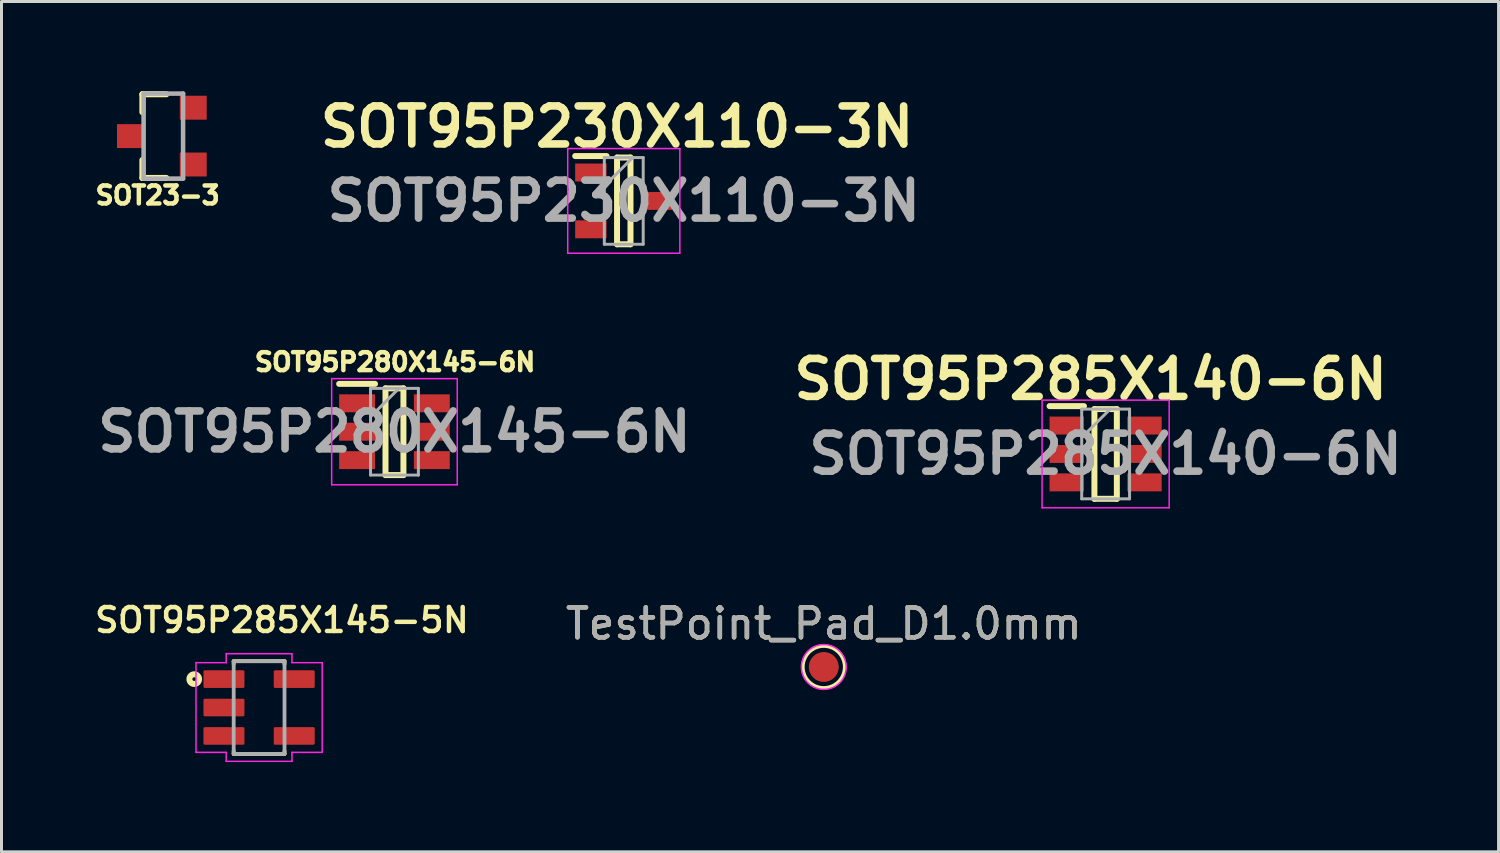
<source format=kicad_pcb>
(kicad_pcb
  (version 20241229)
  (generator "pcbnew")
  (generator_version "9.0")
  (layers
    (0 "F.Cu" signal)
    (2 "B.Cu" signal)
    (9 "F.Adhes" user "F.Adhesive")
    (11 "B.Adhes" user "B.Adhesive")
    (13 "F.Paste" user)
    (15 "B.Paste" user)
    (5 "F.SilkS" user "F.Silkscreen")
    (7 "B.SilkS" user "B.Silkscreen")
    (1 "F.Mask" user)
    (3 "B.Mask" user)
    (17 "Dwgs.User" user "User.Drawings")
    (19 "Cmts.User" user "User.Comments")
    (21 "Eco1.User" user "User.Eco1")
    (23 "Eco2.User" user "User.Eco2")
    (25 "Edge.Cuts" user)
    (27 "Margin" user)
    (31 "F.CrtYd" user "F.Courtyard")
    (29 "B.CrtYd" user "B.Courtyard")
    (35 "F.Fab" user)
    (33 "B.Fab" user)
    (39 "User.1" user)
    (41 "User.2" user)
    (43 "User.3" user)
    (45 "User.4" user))
  (footprint "SOT95P285X145-5N"
    (layer "F.Cu")
    (at 5.615 20.612)
    (property "Reference" "SOT95P285X145-5N" (at 0.763 -2.923 0) (layer "F.SilkS") (effects (font (size 0.801 0.801) (thickness 0.15))))
    (attr smd)
    (fp_line (start -0.85 -1.55) (end -0.85 -1.45) (stroke (width 0.127) (type solid)) (layer "F.SilkS"))
    (fp_line (start -0.85 1.55) (end -0.85 1.45) (stroke (width 0.127) (type solid)) (layer "F.SilkS"))
    (fp_line (start 0.85 -1.55) (end -0.85 -1.55) (stroke (width 0.127) (type solid)) (layer "F.SilkS"))
    (fp_line (start 0.85 -1.55) (end 0.85 -1.45) (stroke (width 0.127) (type solid)) (layer "F.SilkS"))
    (fp_line (start 0.85 1.55) (end -0.85 1.55) (stroke (width 0.127) (type solid)) (layer "F.SilkS"))
    (fp_line (start 0.85 1.55) (end 0.85 1.45) (stroke (width 0.127) (type solid)) (layer "F.SilkS"))
    (fp_circle (center -2.169 -0.95) (end -2.107 -0.95) (stroke (width 0.2) (type solid)) (fill no) (layer "F.SilkS"))
    (fp_line (start -2.11 -1.5) (end -2.11 1.5) (stroke (width 0.05) (type solid)) (layer "F.CrtYd"))
    (fp_line (start -2.11 1.5) (end -1.1 1.5) (stroke (width 0.05) (type solid)) (layer "F.CrtYd"))
    (fp_line (start -1.1 -1.8) (end -1.1 -1.5) (stroke (width 0.05) (type solid)) (layer "F.CrtYd"))
    (fp_line (start -1.1 -1.5) (end -2.11 -1.5) (stroke (width 0.05) (type solid)) (layer "F.CrtYd"))
    (fp_line (start -1.1 1.5) (end -1.1 1.8) (stroke (width 0.05) (type solid)) (layer "F.CrtYd"))
    (fp_line (start -1.1 1.8) (end 1.1 1.8) (stroke (width 0.05) (type solid)) (layer "F.CrtYd"))
    (fp_line (start 1.1 -1.8) (end -1.1 -1.8) (stroke (width 0.05) (type solid)) (layer "F.CrtYd"))
    (fp_line (start 1.1 -1.5) (end 1.1 -1.8) (stroke (width 0.05) (type solid)) (layer "F.CrtYd"))
    (fp_line (start 1.1 1.5) (end 2.11 1.5) (stroke (width 0.05) (type solid)) (layer "F.CrtYd"))
    (fp_line (start 1.1 1.8) (end 1.1 1.5) (stroke (width 0.05) (type solid)) (layer "F.CrtYd"))
    (fp_line (start 2.11 -1.5) (end 1.1 -1.5) (stroke (width 0.05) (type solid)) (layer "F.CrtYd"))
    (fp_line (start 2.11 1.5) (end 2.11 -1.5) (stroke (width 0.05) (type solid)) (layer "F.CrtYd"))
    (fp_line (start -0.85 -1.55) (end 0.85 -1.55) (stroke (width 0.127) (type solid)) (layer "F.Fab"))
    (fp_line (start -0.85 1.55) (end -0.85 -1.55) (stroke (width 0.127) (type solid)) (layer "F.Fab"))
    (fp_line (start 0.85 -1.55) (end 0.85 1.55) (stroke (width 0.127) (type solid)) (layer "F.Fab"))
    (fp_line (start 0.85 1.55) (end -0.85 1.55) (stroke (width 0.127) (type solid)) (layer "F.Fab"))
    (pad "1" smd roundrect (at -1.175 -0.95) (size 1.37 0.59) (layers "F.Cu" "F.Mask" "F.Paste") (roundrect_rratio 0.075))
    (pad "2" smd roundrect (at -1.175 0) (size 1.37 0.59) (layers "F.Cu" "F.Mask" "F.Paste") (roundrect_rratio 0.075))
    (pad "3" smd roundrect (at -1.175 0.95) (size 1.37 0.59) (layers "F.Cu" "F.Mask" "F.Paste") (roundrect_rratio 0.075))
    (pad "4" smd roundrect (at 1.175 0.95) (size 1.37 0.59) (layers "F.Cu" "F.Mask" "F.Paste") (roundrect_rratio 0.075))
    (pad "5" smd roundrect (at 1.175 -0.95) (size 1.37 0.59) (layers "F.Cu" "F.Mask" "F.Paste") (roundrect_rratio 0.075)))
  (footprint "SOT23-3"
    (layer "F.Cu")
    (at 2.413 1.502)
    (property "Reference" "SOT23-3" (at -0.191 1.981 0) (layer "F.SilkS") (effects (font (size 0.6 0.6) (thickness 0.15))))
    (attr smd)
    (fp_line (start -0.7 -1.4) (end 0.1 -1.4) (stroke (width 0.203) (type solid)) (layer "F.SilkS"))
    (fp_line (start -0.7 -0.8) (end -0.7 -1.4) (stroke (width 0.203) (type solid)) (layer "F.SilkS"))
    (fp_line (start -0.7 0.8) (end -0.7 1.4) (stroke (width 0.203) (type solid)) (layer "F.SilkS"))
    (fp_line (start -0.7 1.4) (end 0.1 1.4) (stroke (width 0.203) (type solid)) (layer "F.SilkS"))
    (fp_line (start -0.66 -1.422) (end 0.66 -1.422) (stroke (width 0.152) (type solid)) (layer "F.Fab"))
    (fp_line (start -0.66 1.422) (end -0.66 -1.422) (stroke (width 0.152) (type solid)) (layer "F.Fab"))
    (fp_line (start 0.66 -1.422) (end 0.66 1.422) (stroke (width 0.152) (type solid)) (layer "F.Fab"))
    (fp_line (start 0.66 1.422) (end -0.66 1.422) (stroke (width 0.152) (type solid)) (layer "F.Fab"))
    (pad "1" smd rect (at 1 0.95) (size 0.9 0.8) (layers "F.Cu" "F.Mask" "F.Paste"))
    (pad "2" smd rect (at 1 -0.95) (size 0.9 0.8) (layers "F.Cu" "F.Mask" "F.Paste"))
    (pad "3" smd rect (at -1.1 0) (size 0.9 0.8) (layers "F.Cu" "F.Mask" "F.Paste")))
  (footprint "SOT95P285X140-6N"
    (layer "F.Cu")
    (at 33.926 12.132)
    (property "Reference" "SOT95P285X140-6N" (at -0.5 -2.5 0) (layer "F.SilkS") (effects (font (size 1.27 1.27) (thickness 0.254))))
    (attr smd)
    (fp_line (start -1.875 -1.6) (end -0.725 -1.6) (stroke (width 0.2) (type solid)) (layer "F.SilkS"))
    (fp_line (start -0.375 -1.5) (end 0.375 -1.5) (stroke (width 0.2) (type solid)) (layer "F.SilkS"))
    (fp_line (start -0.375 1.5) (end -0.375 -1.5) (stroke (width 0.2) (type solid)) (layer "F.SilkS"))
    (fp_line (start 0.375 -1.5) (end 0.375 1.5) (stroke (width 0.2) (type solid)) (layer "F.SilkS"))
    (fp_line (start 0.375 1.5) (end -0.375 1.5) (stroke (width 0.2) (type solid)) (layer "F.SilkS"))
    (fp_line (start -2.125 -1.8) (end 2.125 -1.8) (stroke (width 0.05) (type solid)) (layer "F.CrtYd"))
    (fp_line (start -2.125 1.8) (end -2.125 -1.8) (stroke (width 0.05) (type solid)) (layer "F.CrtYd"))
    (fp_line (start 2.125 -1.8) (end 2.125 1.8) (stroke (width 0.05) (type solid)) (layer "F.CrtYd"))
    (fp_line (start 2.125 1.8) (end -2.125 1.8) (stroke (width 0.05) (type solid)) (layer "F.CrtYd"))
    (fp_line (start -0.8 -1.5) (end 0.8 -1.5) (stroke (width 0.1) (type solid)) (layer "F.Fab"))
    (fp_line (start -0.8 -0.55) (end 0.15 -1.5) (stroke (width 0.1) (type solid)) (layer "F.Fab"))
    (fp_line (start -0.8 1.5) (end -0.8 -1.5) (stroke (width 0.1) (type solid)) (layer "F.Fab"))
    (fp_line (start 0.8 -1.5) (end 0.8 1.5) (stroke (width 0.1) (type solid)) (layer "F.Fab"))
    (fp_line (start 0.8 1.5) (end -0.8 1.5) (stroke (width 0.1) (type solid)) (layer "F.Fab"))
    (fp_text user "${REFERENCE}" (at 0 0 0) (layer "F.Fab") (effects (font (size 1.27 1.27) (thickness 0.254))))
    (pad "1" smd rect (at -1.3 -0.95 90) (size 0.6 1.15) (layers "F.Cu" "F.Mask" "F.Paste"))
    (pad "2" smd rect (at -1.3 0 90) (size 0.6 1.15) (layers "F.Cu" "F.Mask" "F.Paste"))
    (pad "3" smd rect (at -1.3 0.95 90) (size 0.6 1.15) (layers "F.Cu" "F.Mask" "F.Paste"))
    (pad "4" smd rect (at 1.3 0.95 90) (size 0.6 1.15) (layers "F.Cu" "F.Mask" "F.Paste"))
    (pad "5" smd rect (at 1.3 0 90) (size 0.6 1.15) (layers "F.Cu" "F.Mask" "F.Paste"))
    (pad "6" smd rect (at 1.3 -0.95 90) (size 0.6 1.15) (layers "F.Cu" "F.Mask" "F.Paste")))
  (footprint "SOT95P280X145-6N"
    (layer "F.Cu")
    (at 10.142 11.388)
    (property "Reference" "SOT95P280X145-6N" (at 0.02 -2.33 0) (layer "F.SilkS") (effects (font (size 0.6 0.6) (thickness 0.15))))
    (attr smd)
    (fp_line (start -1.85 -1.6) (end -0.65 -1.6) (stroke (width 0.2) (type solid)) (layer "F.SilkS"))
    (fp_line (start -0.3 -1.45) (end 0.3 -1.45) (stroke (width 0.2) (type solid)) (layer "F.SilkS"))
    (fp_line (start -0.3 1.45) (end -0.3 -1.45) (stroke (width 0.2) (type solid)) (layer "F.SilkS"))
    (fp_line (start 0.3 -1.45) (end 0.3 1.45) (stroke (width 0.2) (type solid)) (layer "F.SilkS"))
    (fp_line (start 0.3 1.45) (end -0.3 1.45) (stroke (width 0.2) (type solid)) (layer "F.SilkS"))
    (fp_line (start -2.1 -1.775) (end 2.1 -1.775) (stroke (width 0.05) (type solid)) (layer "F.CrtYd"))
    (fp_line (start -2.1 1.775) (end -2.1 -1.775) (stroke (width 0.05) (type solid)) (layer "F.CrtYd"))
    (fp_line (start 2.1 -1.775) (end 2.1 1.775) (stroke (width 0.05) (type solid)) (layer "F.CrtYd"))
    (fp_line (start 2.1 1.775) (end -2.1 1.775) (stroke (width 0.05) (type solid)) (layer "F.CrtYd"))
    (fp_line (start -0.8 -1.45) (end 0.8 -1.45) (stroke (width 0.1) (type solid)) (layer "F.Fab"))
    (fp_line (start -0.8 -0.5) (end 0.15 -1.45) (stroke (width 0.1) (type solid)) (layer "F.Fab"))
    (fp_line (start -0.8 1.45) (end -0.8 -1.45) (stroke (width 0.1) (type solid)) (layer "F.Fab"))
    (fp_line (start 0.8 -1.45) (end 0.8 1.45) (stroke (width 0.1) (type solid)) (layer "F.Fab"))
    (fp_line (start 0.8 1.45) (end -0.8 1.45) (stroke (width 0.1) (type solid)) (layer "F.Fab"))
    (fp_text user "${REFERENCE}" (at 0 0 0) (layer "F.Fab") (effects (font (size 1.27 1.27) (thickness 0.254))))
    (pad "1" smd rect (at -1.25 -0.95 90) (size 0.6 1.2) (layers "F.Cu" "F.Mask" "F.Paste"))
    (pad "2" smd rect (at -1.25 0 90) (size 0.6 1.2) (layers "F.Cu" "F.Mask" "F.Paste"))
    (pad "3" smd rect (at -1.25 0.95 90) (size 0.6 1.2) (layers "F.Cu" "F.Mask" "F.Paste"))
    (pad "4" smd rect (at 1.25 0.95 90) (size 0.6 1.2) (layers "F.Cu" "F.Mask" "F.Paste"))
    (pad "5" smd rect (at 1.25 0 90) (size 0.6 1.2) (layers "F.Cu" "F.Mask" "F.Paste"))
    (pad "6" smd rect (at 1.25 -0.95 90) (size 0.6 1.2) (layers "F.Cu" "F.Mask" "F.Paste")))
  (footprint "TestPoint_Pad_D1.0mm"
    (layer "F.Cu")
    (at 24.5 19.256)
    (property "Reference" "TestPoint_Pad_D1.0mm" (at 0 -1.448 0) (layer "F.SilkS") (effects (font (size 1 1) (thickness 0.15))))
    (attr exclude_from_pos_files exclude_from_bom)
    (fp_circle (center 0 0) (end 0 0.7) (stroke (width 0.12) (type solid)) (fill no) (layer "F.SilkS"))
    (fp_circle (center 0 0) (end 0.75 0) (stroke (width 0.05) (type solid)) (fill no) (layer "F.CrtYd"))
    (fp_text user "${REFERENCE}" (at 0 -1.45 0) (layer "F.Fab") (effects (font (size 1 1) (thickness 0.15))))
    (pad "1" smd circle (at 0 0) (size 1 1) (layers "F.Cu" "F.Mask")))
  (footprint "SOT95P230X110-3N"
    (layer "F.Cu")
    (at 17.811 3.669)
    (property "Reference" "SOT95P230X110-3N" (at -0.225 -2.48 0) (layer "F.SilkS") (effects (font (size 1.27 1.27) (thickness 0.254))))
    (attr smd)
    (fp_line (start -1.625 -1.5) (end -0.575 -1.5) (stroke (width 0.2) (type solid)) (layer "F.SilkS"))
    (fp_line (start -0.225 -1.45) (end 0.225 -1.45) (stroke (width 0.2) (type solid)) (layer "F.SilkS"))
    (fp_line (start -0.225 1.45) (end -0.225 -1.45) (stroke (width 0.2) (type solid)) (layer "F.SilkS"))
    (fp_line (start 0.225 -1.45) (end 0.225 1.45) (stroke (width 0.2) (type solid)) (layer "F.SilkS"))
    (fp_line (start 0.225 1.45) (end -0.225 1.45) (stroke (width 0.2) (type solid)) (layer "F.SilkS"))
    (fp_line (start -1.875 -1.75) (end 1.875 -1.75) (stroke (width 0.05) (type solid)) (layer "F.CrtYd"))
    (fp_line (start -1.875 1.75) (end -1.875 -1.75) (stroke (width 0.05) (type solid)) (layer "F.CrtYd"))
    (fp_line (start 1.875 -1.75) (end 1.875 1.75) (stroke (width 0.05) (type solid)) (layer "F.CrtYd"))
    (fp_line (start 1.875 1.75) (end -1.875 1.75) (stroke (width 0.05) (type solid)) (layer "F.CrtYd"))
    (fp_line (start -0.65 -1.45) (end 0.65 -1.45) (stroke (width 0.1) (type solid)) (layer "F.Fab"))
    (fp_line (start -0.65 -0.5) (end 0.3 -1.45) (stroke (width 0.1) (type solid)) (layer "F.Fab"))
    (fp_line (start -0.65 1.45) (end -0.65 -1.45) (stroke (width 0.1) (type solid)) (layer "F.Fab"))
    (fp_line (start 0.65 -1.45) (end 0.65 1.45) (stroke (width 0.1) (type solid)) (layer "F.Fab"))
    (fp_line (start 0.65 1.45) (end -0.65 1.45) (stroke (width 0.1) (type solid)) (layer "F.Fab"))
    (fp_text user "${REFERENCE}" (at 0 0 0) (layer "F.Fab") (effects (font (size 1.27 1.27) (thickness 0.254))))
    (pad "1" smd rect (at -1.1 -0.95 90) (size 0.6 1.05) (layers "F.Cu" "F.Mask" "F.Paste"))
    (pad "2" smd rect (at -1.1 0.95 90) (size 0.6 1.05) (layers "F.Cu" "F.Mask" "F.Paste"))
    (pad "3" smd rect (at 1.1 0 90) (size 0.6 1.05) (layers "F.Cu" "F.Mask" "F.Paste")))
  (gr_rect
    (start -3 -3)
    (end 47.067 25.437)
    (stroke (width 0.1) (type default))
    (fill no)
    (layer "Edge.Cuts")))
</source>
